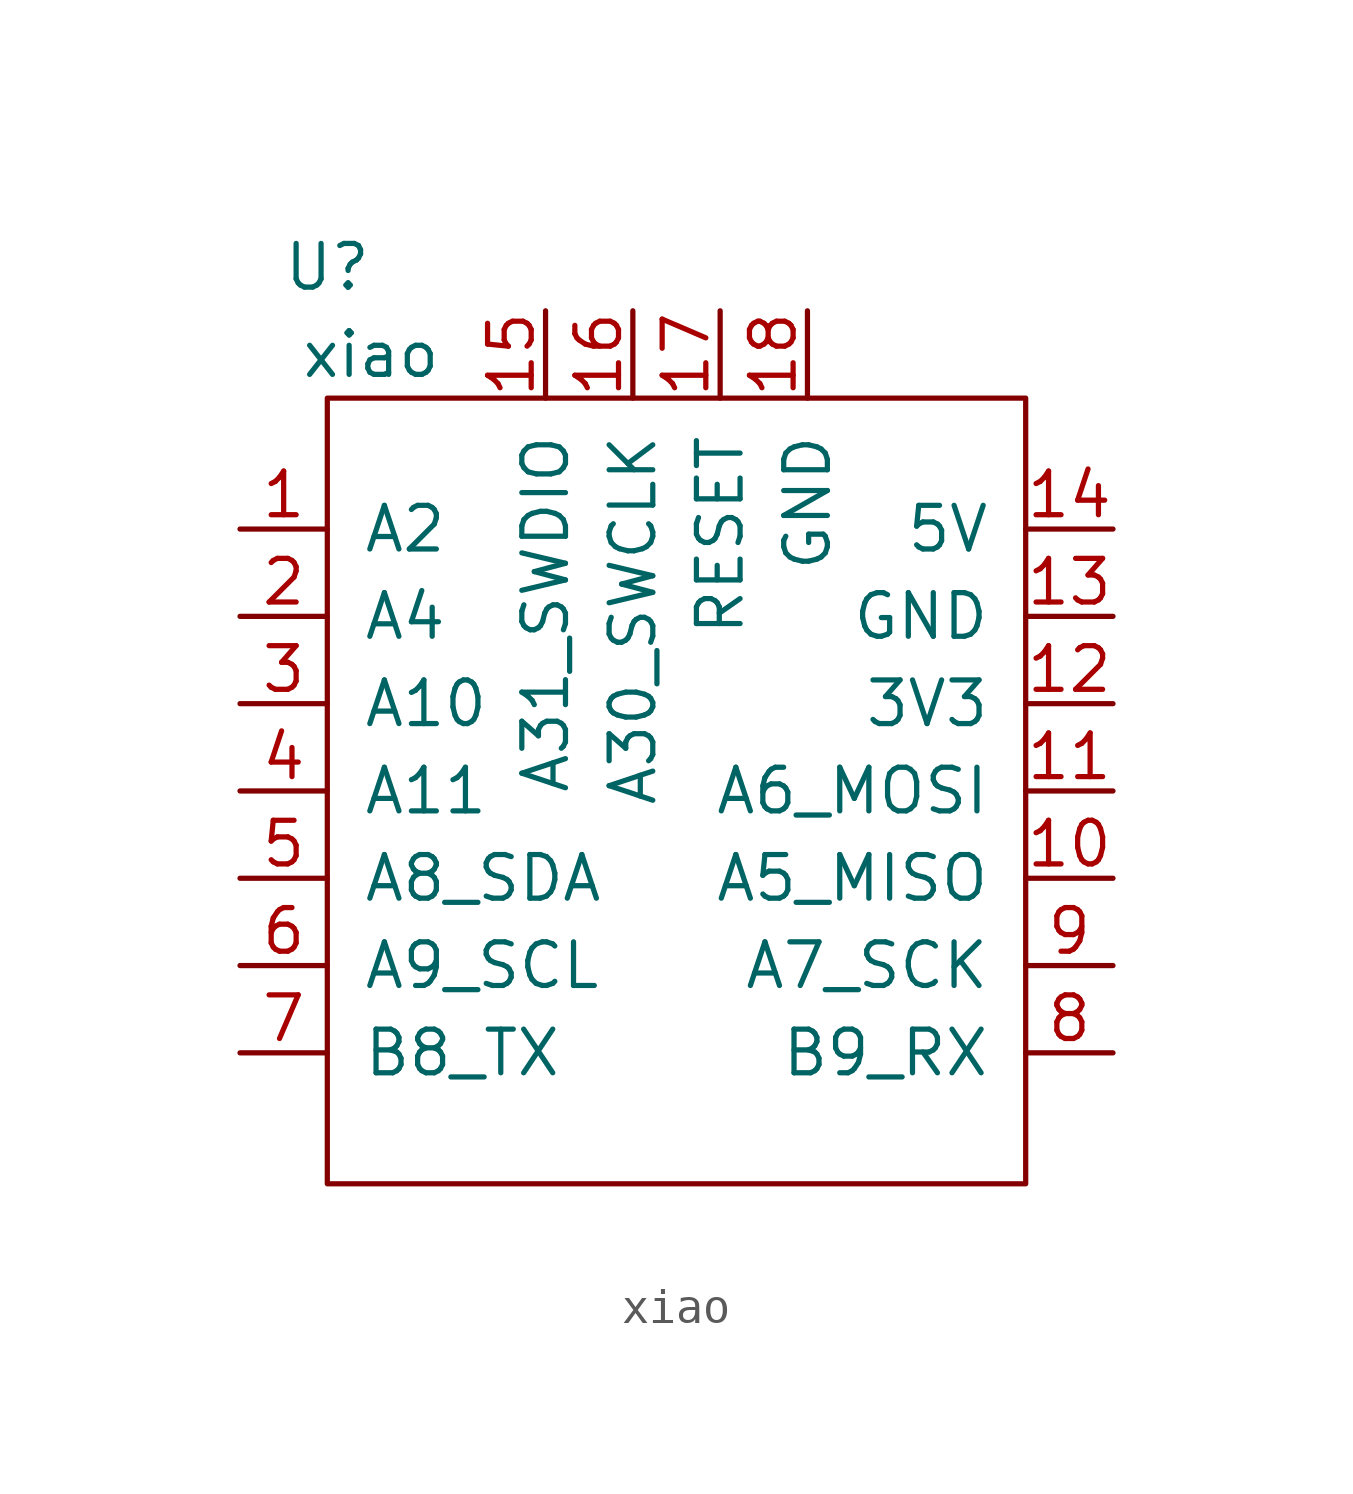
<source format=kicad_sym>
(kicad_symbol_lib
  (version 20220914)
  (generator kicad_symbol_editor)
  (symbol "xiao"
    (pin_names
      (offset 1.016))
    (property "Reference" "U"
      (at -10.16 15.24 0)
      (effects (font (size 1.27 1.27))))
    (property "Value" "xiao"
      (at -8.89 12.7 0)
      (effects (font (size 1.27 1.27))))
    (symbol "xiao_0_1"
      (rectangle (start -10.16 11.43) (end 10.16 -11.43) (stroke (width 0) (type default)) (fill (type none))))
    (symbol "xiao_1_1"
      (pin bidirectional line (at -12.7 7.62 0) (length 2.54) (name "A2" (effects (font (size 1.27 1.27)))) (number "1" (effects (font (size 1.27 1.27)))))
      (pin bidirectional line (at 12.7 -2.54 180) (length 2.54) (name "A5_MISO" (effects (font (size 1.27 1.27)))) (number "10" (effects (font (size 1.27 1.27)))))
      (pin bidirectional line (at 12.7 0 180) (length 2.54) (name "A6_MOSI" (effects (font (size 1.27 1.27)))) (number "11" (effects (font (size 1.27 1.27)))))
      (pin power_out line (at 12.7 2.54 180) (length 2.54) (name "3V3" (effects (font (size 1.27 1.27)))) (number "12" (effects (font (size 1.27 1.27)))))
      (pin power_out line (at 12.7 5.08 180) (length 2.54) (name "GND" (effects (font (size 1.27 1.27)))) (number "13" (effects (font (size 1.27 1.27)))))
      (pin power_out line (at 12.7 7.62 180) (length 2.54) (name "5V" (effects (font (size 1.27 1.27)))) (number "14" (effects (font (size 1.27 1.27)))))
      (pin input line (at -3.81 13.97 270) (length 2.54) (name "A31_SWDIO" (effects (font (size 1.27 1.27)))) (number "15" (effects (font (size 1.27 1.27)))))
      (pin input line (at -1.27 13.97 270) (length 2.54) (name "A30_SWCLK" (effects (font (size 1.27 1.27)))) (number "16" (effects (font (size 1.27 1.27)))))
      (pin input line (at 1.27 13.97 270) (length 2.54) (name "RESET" (effects (font (size 1.27 1.27)))) (number "17" (effects (font (size 1.27 1.27)))))
      (pin power_out line (at 3.81 13.97 270) (length 2.54) (name "GND" (effects (font (size 1.27 1.27)))) (number "18" (effects (font (size 1.27 1.27)))))
      (pin bidirectional line (at -12.7 5.08 0) (length 2.54) (name "A4" (effects (font (size 1.27 1.27)))) (number "2" (effects (font (size 1.27 1.27)))))
      (pin bidirectional line (at -12.7 2.54 0) (length 2.54) (name "A10" (effects (font (size 1.27 1.27)))) (number "3" (effects (font (size 1.27 1.27)))))
      (pin bidirectional line (at -12.7 0 0) (length 2.54) (name "A11" (effects (font (size 1.27 1.27)))) (number "4" (effects (font (size 1.27 1.27)))))
      (pin bidirectional line (at -12.7 -2.54 0) (length 2.54) (name "A8_SDA" (effects (font (size 1.27 1.27)))) (number "5" (effects (font (size 1.27 1.27)))))
      (pin bidirectional line (at -12.7 -5.08 0) (length 2.54) (name "A9_SCL" (effects (font (size 1.27 1.27)))) (number "6" (effects (font (size 1.27 1.27)))))
      (pin bidirectional line (at -12.7 -7.62 0) (length 2.54) (name "B8_TX" (effects (font (size 1.27 1.27)))) (number "7" (effects (font (size 1.27 1.27)))))
      (pin bidirectional line (at 12.7 -7.62 180) (length 2.54) (name "B9_RX" (effects (font (size 1.27 1.27)))) (number "8" (effects (font (size 1.27 1.27)))))
      (pin bidirectional line (at 12.7 -5.08 180) (length 2.54) (name "A7_SCK" (effects (font (size 1.27 1.27)))) (number "9" (effects (font (size 1.27 1.27))))))))
</source>
